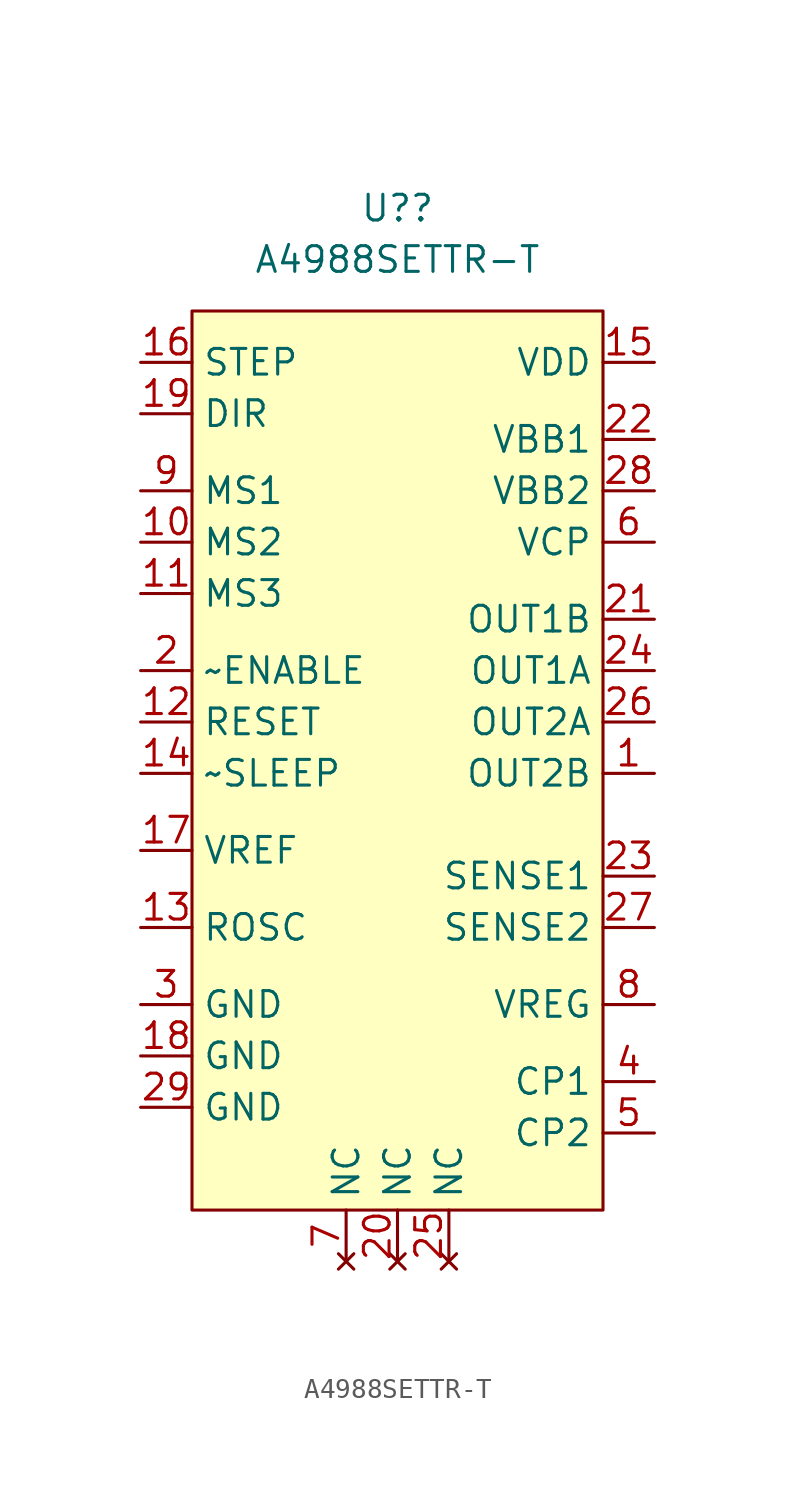
<source format=kicad_sym>
(kicad_symbol_lib
  (version 20211014)
  (generator kicad_symbol_editor)
  (symbol "A4988SETTR-T"
    (property "Reference" "U?"
      (at 10.16 5.08 0)
      (effects (font (size 1.27 1.27))))
    (property "Value" "A4988SETTR-T"
      (at 10.16 2.54 0)
      (effects (font (size 1.27 1.27))))
    (symbol "A4988SETTR-T_0_1"
      (rectangle (start 0 0) (end 20.32 -44.45) (stroke (width 0) (type default) (color 0 0 0 0)) (fill (type background))))
    (symbol "A4988SETTR-T_1_1"
      (pin output line (at 22.86 -22.86 180) (length 2.54) (name "OUT2B" (effects (font (size 1.27 1.27)))) (number "1" (effects (font (size 1.27 1.27)))))
      (pin input line (at -2.54 -11.43 0) (length 2.54) (name "MS2" (effects (font (size 1.27 1.27)))) (number "10" (effects (font (size 1.27 1.27)))))
      (pin input line (at -2.54 -13.97 0) (length 2.54) (name "MS3" (effects (font (size 1.27 1.27)))) (number "11" (effects (font (size 1.27 1.27)))))
      (pin input line (at -2.54 -20.32 0) (length 2.54) (name "RESET" (effects (font (size 1.27 1.27)))) (number "12" (effects (font (size 1.27 1.27)))))
      (pin input line (at -2.54 -30.48 0) (length 2.54) (name "ROSC" (effects (font (size 1.27 1.27)))) (number "13" (effects (font (size 1.27 1.27)))))
      (pin input line (at -2.54 -22.86 0) (length 2.54) (name "~SLEEP" (effects (font (size 1.27 1.27)))) (number "14" (effects (font (size 1.27 1.27)))))
      (pin power_in line (at 22.86 -2.54 180) (length 2.54) (name "VDD" (effects (font (size 1.27 1.27)))) (number "15" (effects (font (size 1.27 1.27)))))
      (pin input line (at -2.54 -2.54 0) (length 2.54) (name "STEP" (effects (font (size 1.27 1.27)))) (number "16" (effects (font (size 1.27 1.27)))))
      (pin input line (at -2.54 -26.67 0) (length 2.54) (name "VREF" (effects (font (size 1.27 1.27)))) (number "17" (effects (font (size 1.27 1.27)))))
      (pin power_in line (at -2.54 -36.83 0) (length 2.54) (name "GND" (effects (font (size 1.27 1.27)))) (number "18" (effects (font (size 1.27 1.27)))))
      (pin input line (at -2.54 -5.08 0) (length 2.54) (name "DIR" (effects (font (size 1.27 1.27)))) (number "19" (effects (font (size 1.27 1.27)))))
      (pin input line (at -2.54 -17.78 0) (length 2.54) (name "~ENABLE" (effects (font (size 1.27 1.27)))) (number "2" (effects (font (size 1.27 1.27)))))
      (pin no_connect line (at 10.16 -46.99 90) (length 2.54) (name "NC" (effects (font (size 1.27 1.27)))) (number "20" (effects (font (size 1.27 1.27)))))
      (pin output line (at 22.86 -15.24 180) (length 2.54) (name "OUT1B" (effects (font (size 1.27 1.27)))) (number "21" (effects (font (size 1.27 1.27)))))
      (pin power_in line (at 22.86 -6.35 180) (length 2.54) (name "VBB1" (effects (font (size 1.27 1.27)))) (number "22" (effects (font (size 1.27 1.27)))))
      (pin input line (at 22.86 -27.94 180) (length 2.54) (name "SENSE1" (effects (font (size 1.27 1.27)))) (number "23" (effects (font (size 1.27 1.27)))))
      (pin output line (at 22.86 -17.78 180) (length 2.54) (name "OUT1A" (effects (font (size 1.27 1.27)))) (number "24" (effects (font (size 1.27 1.27)))))
      (pin no_connect line (at 12.7 -46.99 90) (length 2.54) (name "NC" (effects (font (size 1.27 1.27)))) (number "25" (effects (font (size 1.27 1.27)))))
      (pin output line (at 22.86 -20.32 180) (length 2.54) (name "OUT2A" (effects (font (size 1.27 1.27)))) (number "26" (effects (font (size 1.27 1.27)))))
      (pin input line (at 22.86 -30.48 180) (length 2.54) (name "SENSE2" (effects (font (size 1.27 1.27)))) (number "27" (effects (font (size 1.27 1.27)))))
      (pin power_in line (at 22.86 -8.89 180) (length 2.54) (name "VBB2" (effects (font (size 1.27 1.27)))) (number "28" (effects (font (size 1.27 1.27)))))
      (pin power_in line (at -2.54 -39.37 0) (length 2.54) (name "GND" (effects (font (size 1.27 1.27)))) (number "29" (effects (font (size 1.27 1.27)))))
      (pin power_in line (at -2.54 -34.29 0) (length 2.54) (name "GND" (effects (font (size 1.27 1.27)))) (number "3" (effects (font (size 1.27 1.27)))))
      (pin passive line (at 22.86 -38.1 180) (length 2.54) (name "CP1" (effects (font (size 1.27 1.27)))) (number "4" (effects (font (size 1.27 1.27)))))
      (pin passive line (at 22.86 -40.64 180) (length 2.54) (name "CP2" (effects (font (size 1.27 1.27)))) (number "5" (effects (font (size 1.27 1.27)))))
      (pin passive line (at 22.86 -11.43 180) (length 2.54) (name "VCP" (effects (font (size 1.27 1.27)))) (number "6" (effects (font (size 1.27 1.27)))))
      (pin no_connect line (at 7.62 -46.99 90) (length 2.54) (name "NC" (effects (font (size 1.27 1.27)))) (number "7" (effects (font (size 1.27 1.27)))))
      (pin power_out line (at 22.86 -34.29 180) (length 2.54) (name "VREG" (effects (font (size 1.27 1.27)))) (number "8" (effects (font (size 1.27 1.27)))))
      (pin input line (at -2.54 -8.89 0) (length 2.54) (name "MS1" (effects (font (size 1.27 1.27)))) (number "9" (effects (font (size 1.27 1.27))))))))
</source>
